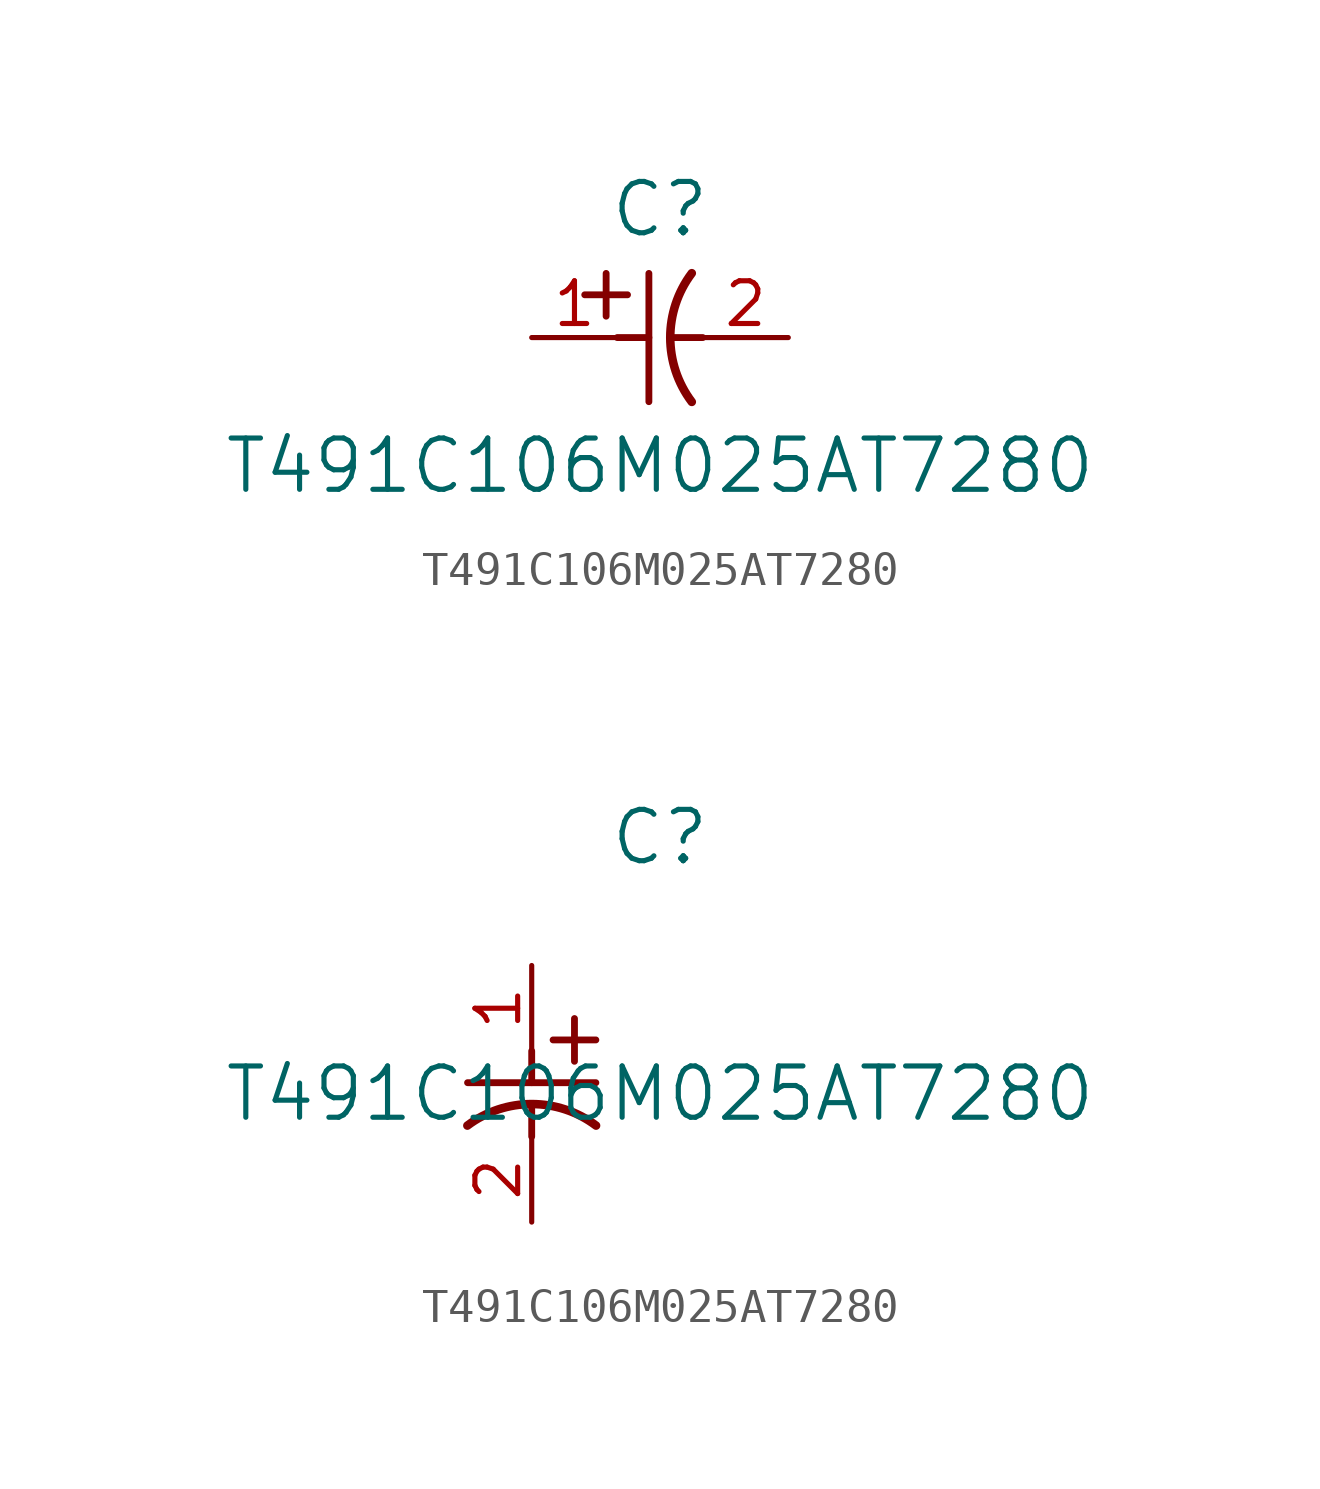
<source format=kicad_sym>
(kicad_symbol_lib
  (version 20211014)
  (generator kicad_symbol_editor)
  (symbol "T491C106M025AT7280"
    (pin_names
      (offset 0.254))
    (property "Reference" "C"
      (at 3.81 3.81 0)
      (effects (font (size 1.524 1.524))))
    (property "Value" "T491C106M025AT7280"
      (at 3.81 -3.81 0)
      (effects (font (size 1.524 1.524))))
    (symbol "T491C106M025AT7280_1_1"
      (polyline (pts (xy 2.21 0.635) (xy 2.21 1.905)) (stroke (width 0.203) (type default) (color 0 0 0 0)) (fill (type none)))
      (arc (start 4.754132 1.910763) (mid 4.1148 0) (end 4.754132 -1.910763) (stroke (width 0.254) (type default) (color 0 0 0 0)) (fill (type none)))
      (polyline (pts (xy 4.115 0) (xy 5.08 0)) (stroke (width 0.203) (type default) (color 0 0 0 0)) (fill (type none)))
      (polyline (pts (xy 3.48 -1.905) (xy 3.48 1.905)) (stroke (width 0.203) (type default) (color 0 0 0 0)) (fill (type none)))
      (polyline (pts (xy 1.575 1.27) (xy 2.845 1.27)) (stroke (width 0.203) (type default) (color 0 0 0 0)) (fill (type none)))
      (polyline (pts (xy 2.54 0) (xy 3.48 0)) (stroke (width 0.203) (type default) (color 0 0 0 0)) (fill (type none)))
      (pin unspecified line (at 0 0 0) (length 2.54) (name "" (effects (font (size 1.27 1.27)))) (number "1" (effects (font (size 1.27 1.27)))))
      (pin unspecified line (at 7.62 0 180) (length 2.54) (name "" (effects (font (size 1.27 1.27)))) (number "2" (effects (font (size 1.27 1.27))))))
    (symbol "T491C106M025AT7280_1_2"
      (polyline (pts (xy 0 -2.54) (xy 0 -3.48)) (stroke (width 0.203) (type default) (color 0 0 0 0)) (fill (type none)))
      (arc (start 1.910763 -4.754132) (mid 0 -4.1148) (end -1.910763 -4.754132) (stroke (width 0.254) (type default) (color 0 0 0 0)) (fill (type none)))
      (polyline (pts (xy -1.905 -3.48) (xy 1.905 -3.48)) (stroke (width 0.203) (type default) (color 0 0 0 0)) (fill (type none)))
      (polyline (pts (xy 0.635 -2.21) (xy 1.905 -2.21)) (stroke (width 0.203) (type default) (color 0 0 0 0)) (fill (type none)))
      (polyline (pts (xy 1.27 -1.575) (xy 1.27 -2.845)) (stroke (width 0.203) (type default) (color 0 0 0 0)) (fill (type none)))
      (polyline (pts (xy 0 -4.115) (xy 0 -5.08)) (stroke (width 0.203) (type default) (color 0 0 0 0)) (fill (type none)))
      (pin unspecified line (at 0 0 270) (length 2.54) (name "" (effects (font (size 1.27 1.27)))) (number "1" (effects (font (size 1.27 1.27)))))
      (pin unspecified line (at 0 -7.62 90) (length 2.54) (name "" (effects (font (size 1.27 1.27)))) (number "2" (effects (font (size 1.27 1.27))))))))
</source>
